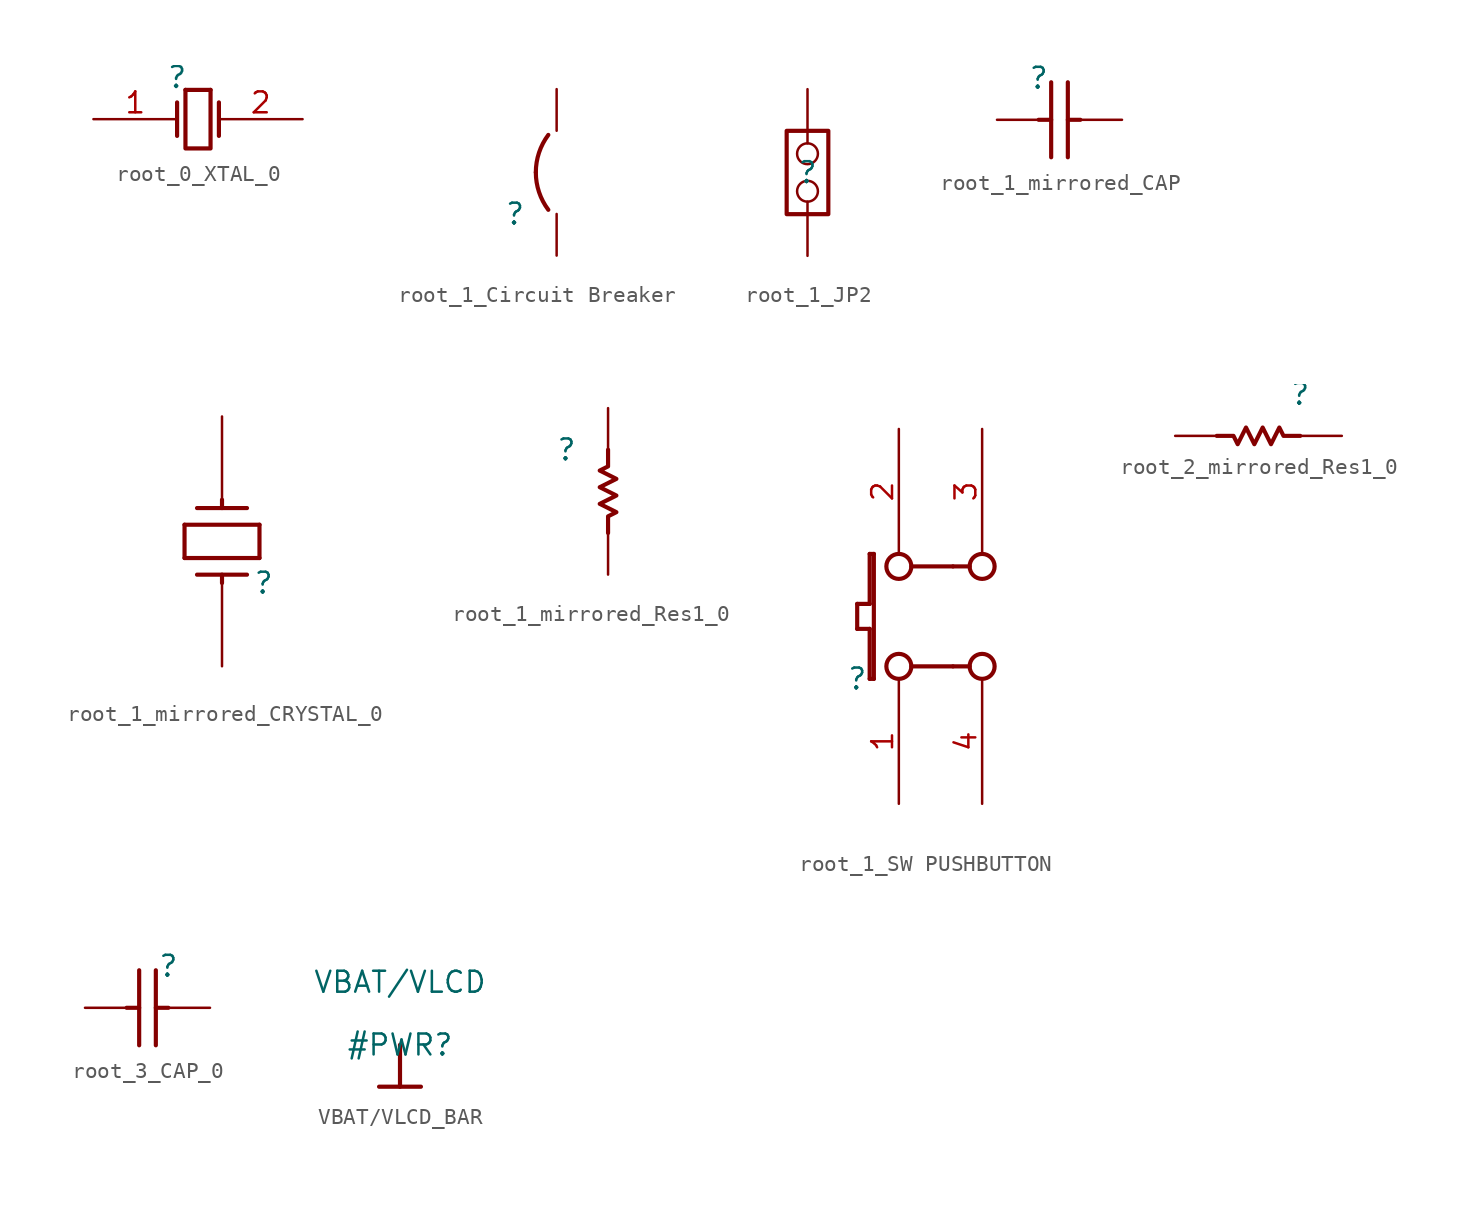
<source format=kicad_sym>
(kicad_symbol_lib
  (version 20231120)
  (generator "kicad_symbol_editor")
  (generator_version "8.0")
  (symbol "root_0_XTAL_0"
    (property "Reference" ""
      (at 0 0 0)
      (effects (font (size 1.27 1.27))))
    (property "Value" ""
      (at 0 0 0)
      (effects (font (size 1.27 1.27))))
    (symbol "root_0_XTAL_0_1_0"
      (polyline (pts (xy 0 -1.524) (xy 0 -3.556)) (stroke (width 0.254) (type solid)) (fill (type none)))
      (polyline (pts (xy 0.508 -0.762) (xy 2.032 -0.762)) (stroke (width 0.254) (type solid)) (fill (type none)))
      (polyline (pts (xy 2.54 -1.524) (xy 2.54 -3.556)) (stroke (width 0.254) (type solid)) (fill (type none)))
      (polyline (pts (xy 2.032 -0.762) (xy 2.032 -4.318) (xy 0.508 -4.318) (xy 0.508 -0.762)) (stroke (width 0.254) (type solid)) (fill (type none)))
      (pin passive line (at -5.08 -2.54 0) (length 5.08) (name "OSC1" (effects (font (size 0 0)))) (number "1" (effects (font (size 1.27 1.27)))))
      (pin passive line (at 7.62 -2.54 180) (length 5.08) (name "OSC2" (effects (font (size 0 0)))) (number "2" (effects (font (size 1.27 1.27)))))))
  (symbol "root_1_Circuit Breaker"
    (property "Reference" ""
      (at 0 0 0)
      (effects (font (size 1.27 1.27))))
    (property "Value" ""
      (at 0 0 0)
      (effects (font (size 1.27 1.27))))
    (symbol "root_1_Circuit Breaker_1_0"
      (arc (start 1.27 2.54) (mid 1.4655 1.3352) (end 2.032 0.254) (stroke (width 0.254) (type solid)) (fill (type none)))
      (arc (start 2.032 4.826) (mid 1.4655 3.7448) (end 1.27 2.54) (stroke (width 0.254) (type solid)) (fill (type none)))
      (pin passive line (at 2.54 -2.54 90) (length 2.54) (name "1" (effects (font (size 0 0)))) (number "1" (effects (font (size 0 0)))))
      (pin passive line (at 2.54 7.62 270) (length 2.54) (name "2" (effects (font (size 0 0)))) (number "2" (effects (font (size 0 0)))))))
  (symbol "root_1_JP2"
    (property "Reference" ""
      (at 0 0 0)
      (effects (font (size 1.27 1.27))))
    (property "Value" ""
      (at 0 0 0)
      (effects (font (size 1.27 1.27))))
    (symbol "root_1_JP2_1_0"
      (polyline (pts (xy -1.27 -2.54) (xy -1.27 2.54) (xy 1.27 2.54) (xy 1.27 -2.54) (xy -1.27 -2.54)) (stroke (width 0.254) (type solid)) (fill (type none)))
      (pin passive inverted (at 0 -5.08 90) (length 4.572) (name "COMMON" (effects (font (size 0 0)))) (number "1" (effects (font (size 0 0)))))
      (pin passive inverted (at 0 5.08 270) (length 4.572) (name "NO" (effects (font (size 0 0)))) (number "2" (effects (font (size 0 0)))))))
  (symbol "root_1_mirrored_CAP"
    (property "Reference" ""
      (at 0 0 0)
      (effects (font (size 1.27 1.27))))
    (property "Value" ""
      (at 0 0 0)
      (effects (font (size 1.27 1.27))))
    (symbol "root_1_mirrored_CAP_1_0"
      (polyline (pts (xy 0 -2.54) (xy 0.762 -2.54)) (stroke (width 0.254) (type solid)) (fill (type none)))
      (polyline (pts (xy 0.762 -0.254) (xy 0.762 -4.826)) (stroke (width 0.254) (type solid)) (fill (type none)))
      (polyline (pts (xy 1.778 -2.54) (xy 2.54 -2.54)) (stroke (width 0.254) (type solid)) (fill (type none)))
      (polyline (pts (xy 1.778 -0.254) (xy 1.778 -4.826)) (stroke (width 0.254) (type solid)) (fill (type none)))
      (pin passive line (at -2.54 -2.54 0) (length 2.54) (name "1" (effects (font (size 0 0)))) (number "1" (effects (font (size 0 0)))))
      (pin passive line (at 5.08 -2.54 180) (length 2.54) (name "2" (effects (font (size 0 0)))) (number "2" (effects (font (size 0 0)))))))
  (symbol "root_1_mirrored_CRYSTAL_0"
    (property "Reference" ""
      (at 0 0 0)
      (effects (font (size 1.27 1.27))))
    (property "Value" ""
      (at 0 0 0)
      (effects (font (size 1.27 1.27))))
    (symbol "root_1_mirrored_CRYSTAL_0_1_0"
      (polyline (pts (xy -4.826 1.524) (xy -4.826 3.556)) (stroke (width 0.254) (type solid)) (fill (type none)))
      (polyline (pts (xy -2.54 0) (xy -2.54 0.508)) (stroke (width 0.254) (type solid)) (fill (type none)))
      (polyline (pts (xy -2.54 4.572) (xy -2.54 5.08)) (stroke (width 0.254) (type solid)) (fill (type none)))
      (polyline (pts (xy -1.016 0.508) (xy -4.064 0.508)) (stroke (width 0.254) (type solid)) (fill (type none)))
      (polyline (pts (xy -1.016 4.572) (xy -4.064 4.572)) (stroke (width 0.254) (type solid)) (fill (type none)))
      (polyline (pts (xy -0.254 1.524) (xy -4.826 1.524)) (stroke (width 0.254) (type solid)) (fill (type none)))
      (polyline (pts (xy -0.254 1.524) (xy -0.254 3.556)) (stroke (width 0.254) (type solid)) (fill (type none)))
      (polyline (pts (xy -0.254 3.556) (xy -4.826 3.556)) (stroke (width 0.254) (type solid)) (fill (type none)))
      (pin passive line (at -2.54 -5.08 90) (length 5.08) (name "1" (effects (font (size 0 0)))) (number "1" (effects (font (size 0 0)))))
      (pin passive line (at -2.54 10.16 270) (length 5.08) (name "2" (effects (font (size 0 0)))) (number "2" (effects (font (size 0 0)))))))
  (symbol "root_1_mirrored_Res1_0"
    (property "Reference" ""
      (at 0 0 0)
      (effects (font (size 1.27 1.27))))
    (property "Value" ""
      (at 0 0 0)
      (effects (font (size 1.27 1.27))))
    (symbol "root_1_mirrored_Res1_0_1_0"
      (polyline (pts (xy 2.54 -5.08) (xy 2.54 -4.064) (xy 3.048 -3.81) (xy 2.032 -3.302) (xy 3.048 -2.794) (xy 2.032 -2.286) (xy 3.048 -1.778) (xy 2.032 -1.27) (xy 2.54 -1.016) (xy 2.54 0)) (stroke (width 0.254) (type solid)) (fill (type none)))
      (pin passive line (at 2.54 2.54 270) (length 2.54) (name "1" (effects (font (size 0 0)))) (number "1" (effects (font (size 0 0)))))
      (pin passive line (at 2.54 -7.62 90) (length 2.54) (name "2" (effects (font (size 0 0)))) (number "2" (effects (font (size 0 0)))))))
  (symbol "root_1_SW PUSHBUTTON"
    (property "Reference" ""
      (at 0 0 0)
      (effects (font (size 1.27 1.27))))
    (property "Value" ""
      (at 0 0 0)
      (effects (font (size 1.27 1.27))))
    (symbol "root_1_SW PUSHBUTTON_1_0"
      (polyline (pts (xy 0 3.048) (xy 0.762 3.048)) (stroke (width 0.254) (type solid)) (fill (type none)))
      (polyline (pts (xy 0 4.572) (xy 0 3.048)) (stroke (width 0.254) (type solid)) (fill (type none)))
      (polyline (pts (xy 0.762 0) (xy 1.016 0)) (stroke (width 0.254) (type solid)) (fill (type none)))
      (polyline (pts (xy 0.762 3.048) (xy 0.762 0)) (stroke (width 0.254) (type solid)) (fill (type none)))
      (polyline (pts (xy 0.762 4.572) (xy 0 4.572)) (stroke (width 0.254) (type solid)) (fill (type none)))
      (polyline (pts (xy 0.762 7.62) (xy 0.762 4.572)) (stroke (width 0.254) (type solid)) (fill (type none)))
      (polyline (pts (xy 1.016 0) (xy 1.016 7.62)) (stroke (width 0.254) (type solid)) (fill (type none)))
      (polyline (pts (xy 1.016 7.62) (xy 0.762 7.62)) (stroke (width 0.254) (type solid)) (fill (type none)))
      (polyline (pts (xy 3.302 0.762) (xy 5.842 0.762)) (stroke (width 0.254) (type solid)) (fill (type none)))
      (polyline (pts (xy 3.302 6.858) (xy 5.842 6.858)) (stroke (width 0.254) (type solid)) (fill (type none)))
      (polyline (pts (xy 5.842 0.762) (xy 6.858 0.762)) (stroke (width 0.254) (type solid)) (fill (type none)))
      (polyline (pts (xy 5.842 6.858) (xy 6.858 6.858)) (stroke (width 0.254) (type solid)) (fill (type none)))
      (circle (center 2.54 0.762) (radius 0.762) (stroke (width 0.254) (type solid)) (fill (type none)))
      (circle (center 2.54 6.858) (radius 0.762) (stroke (width 0.254) (type solid)) (fill (type none)))
      (circle (center 7.62 0.762) (radius 0.762) (stroke (width 0.254) (type solid)) (fill (type none)))
      (circle (center 7.62 6.858) (radius 0.762) (stroke (width 0.254) (type solid)) (fill (type none)))
      (pin passive line (at 2.54 -7.62 90) (length 7.62) (name "A0" (effects (font (size 0 0)))) (number "1" (effects (font (size 1.27 1.27)))))
      (pin passive line (at 2.54 15.24 270) (length 7.62) (name "B0" (effects (font (size 0 0)))) (number "2" (effects (font (size 1.27 1.27)))))
      (pin passive line (at 7.62 15.24 270) (length 7.62) (name "B1" (effects (font (size 0 0)))) (number "3" (effects (font (size 1.27 1.27)))))
      (pin passive line (at 7.62 -7.62 90) (length 7.62) (name "A1" (effects (font (size 0 0)))) (number "4" (effects (font (size 1.27 1.27)))))))
  (symbol "root_2_mirrored_Res1_0"
    (property "Reference" ""
      (at 0 0 0)
      (effects (font (size 1.27 1.27))))
    (property "Value" ""
      (at 0 0 0)
      (effects (font (size 1.27 1.27))))
    (symbol "root_2_mirrored_Res1_0_1_0"
      (polyline (pts (xy -5.08 -2.54) (xy -4.064 -2.54) (xy -3.81 -3.048) (xy -3.302 -2.032) (xy -2.794 -3.048) (xy -2.286 -2.032) (xy -1.778 -3.048) (xy -1.27 -2.032) (xy -1.016 -2.54) (xy 0 -2.54)) (stroke (width 0.254) (type solid)) (fill (type none)))
      (pin passive line (at 2.54 -2.54 180) (length 2.54) (name "1" (effects (font (size 0 0)))) (number "1" (effects (font (size 0 0)))))
      (pin passive line (at -7.62 -2.54 0) (length 2.54) (name "2" (effects (font (size 0 0)))) (number "2" (effects (font (size 0 0)))))))
  (symbol "root_3_CAP_0"
    (property "Reference" ""
      (at 0 0 0)
      (effects (font (size 1.27 1.27))))
    (property "Value" ""
      (at 0 0 0)
      (effects (font (size 1.27 1.27))))
    (symbol "root_3_CAP_0_1_0"
      (polyline (pts (xy -1.778 -2.54) (xy -2.54 -2.54)) (stroke (width 0.254) (type solid)) (fill (type none)))
      (polyline (pts (xy -1.778 -0.254) (xy -1.778 -4.826)) (stroke (width 0.254) (type solid)) (fill (type none)))
      (polyline (pts (xy -0.762 -0.254) (xy -0.762 -4.826)) (stroke (width 0.254) (type solid)) (fill (type none)))
      (polyline (pts (xy 0 -2.54) (xy -0.762 -2.54)) (stroke (width 0.254) (type solid)) (fill (type none)))
      (pin passive line (at 2.54 -2.54 180) (length 2.54) (name "1" (effects (font (size 0 0)))) (number "1" (effects (font (size 0 0)))))
      (pin passive line (at -5.08 -2.54 0) (length 2.54) (name "2" (effects (font (size 0 0)))) (number "2" (effects (font (size 0 0)))))))
  (symbol "VBAT/VLCD_BAR"
    (power)
    (property "Reference" "#PWR"
      (at 0 0 0)
      (effects (font (size 1.27 1.27))))
    (property "Value" "VBAT/VLCD"
      (at 0 3.81 0)
      (effects (font (size 1.27 1.27))))
    (symbol "VBAT/VLCD_BAR_0_0"
      (polyline (pts (xy -1.27 -2.54) (xy 1.27 -2.54)) (stroke (width 0.254) (type solid)) (fill (type none)))
      (polyline (pts (xy 0 0) (xy 0 -2.54)) (stroke (width 0.254) (type solid)) (fill (type none)))
      (pin power_in line (at 0 0 0) (length 0) hide (name "VBAT/VLCD" (effects (font (size 1.27 1.27)))) (number "" (effects (font (size 1.27 1.27))))))))
</source>
